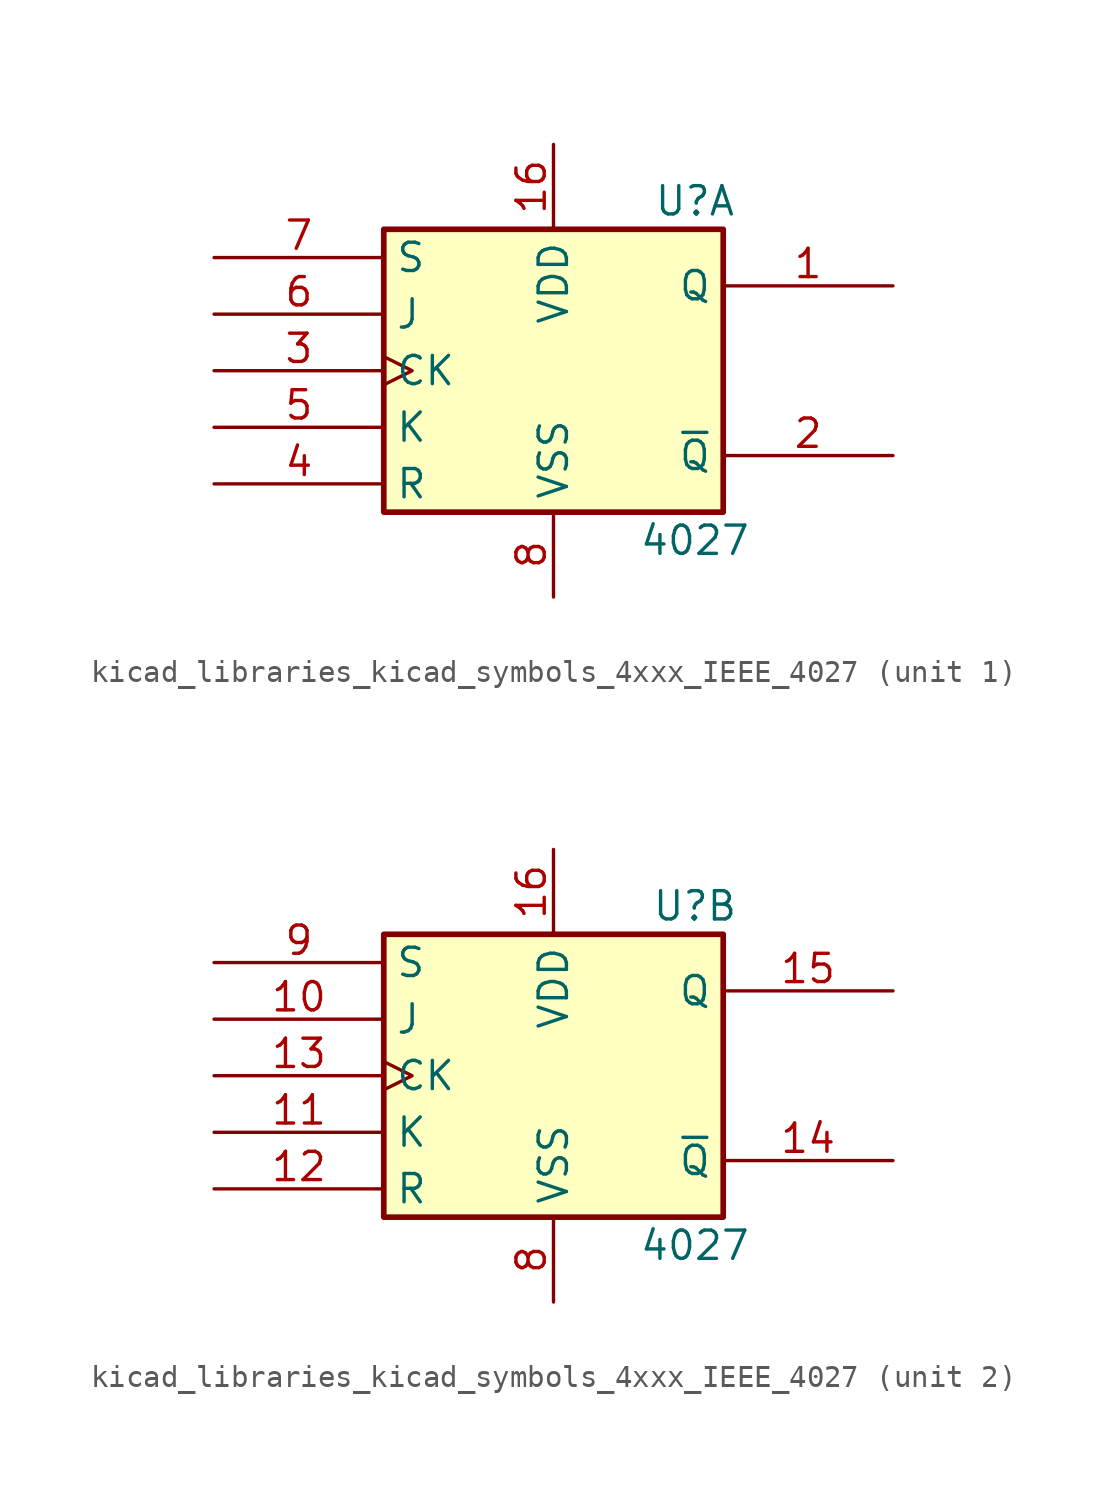
<source format=kicad_sym>
(kicad_symbol_lib
  (version 20220914)
  (generator kicad_symbol_editor)
  (symbol "kicad_libraries_kicad_symbols_4xxx_IEEE_4027"
    (property "Reference" "U"
      (at 6.35 7.62 0)
      (effects (font (size 1.27 1.27))))
    (property "Value" "4027"
      (at 6.35 -7.62 0)
      (effects (font (size 1.27 1.27))))
    (symbol "kicad_libraries_kicad_symbols_4xxx_IEEE_4027_0_0"
      (pin power_in line (at 0 10.16 270) (length 3.81) (name "VDD" (effects (font (size 1.27 1.27)))) (number "16" (effects (font (size 1.27 1.27)))))
      (pin power_in line (at 0 -10.16 90) (length 3.81) (name "VSS" (effects (font (size 1.27 1.27)))) (number "8" (effects (font (size 1.27 1.27))))))
    (symbol "kicad_libraries_kicad_symbols_4xxx_IEEE_4027_0_1"
      (rectangle (start -7.62 6.35) (end 7.62 -6.35) (stroke (width 0.254) (type default)) (fill (type background))))
    (symbol "kicad_libraries_kicad_symbols_4xxx_IEEE_4027_1_1"
      (pin output line (at 15.24 3.81 180) (length 7.62) (name "Q" (effects (font (size 1.27 1.27)))) (number "1" (effects (font (size 1.27 1.27)))))
      (pin output line (at 15.24 -3.81 180) (length 7.62) (name "~{Q}" (effects (font (size 1.27 1.27)))) (number "2" (effects (font (size 1.27 1.27)))))
      (pin input clock (at -15.24 0 0) (length 7.62) (name "CK" (effects (font (size 1.27 1.27)))) (number "3" (effects (font (size 1.27 1.27)))))
      (pin input line (at -15.24 -5.08 0) (length 7.62) (name "R" (effects (font (size 1.27 1.27)))) (number "4" (effects (font (size 1.27 1.27)))))
      (pin input line (at -15.24 -2.54 0) (length 7.62) (name "K" (effects (font (size 1.27 1.27)))) (number "5" (effects (font (size 1.27 1.27)))))
      (pin input line (at -15.24 2.54 0) (length 7.62) (name "J" (effects (font (size 1.27 1.27)))) (number "6" (effects (font (size 1.27 1.27)))))
      (pin input line (at -15.24 5.08 0) (length 7.62) (name "S" (effects (font (size 1.27 1.27)))) (number "7" (effects (font (size 1.27 1.27))))))
    (symbol "kicad_libraries_kicad_symbols_4xxx_IEEE_4027_2_1"
      (pin input line (at -15.24 2.54 0) (length 7.62) (name "J" (effects (font (size 1.27 1.27)))) (number "10" (effects (font (size 1.27 1.27)))))
      (pin input line (at -15.24 -2.54 0) (length 7.62) (name "K" (effects (font (size 1.27 1.27)))) (number "11" (effects (font (size 1.27 1.27)))))
      (pin input line (at -15.24 -5.08 0) (length 7.62) (name "R" (effects (font (size 1.27 1.27)))) (number "12" (effects (font (size 1.27 1.27)))))
      (pin input clock (at -15.24 0 0) (length 7.62) (name "CK" (effects (font (size 1.27 1.27)))) (number "13" (effects (font (size 1.27 1.27)))))
      (pin output line (at 15.24 -3.81 180) (length 7.62) (name "~{Q}" (effects (font (size 1.27 1.27)))) (number "14" (effects (font (size 1.27 1.27)))))
      (pin output line (at 15.24 3.81 180) (length 7.62) (name "Q" (effects (font (size 1.27 1.27)))) (number "15" (effects (font (size 1.27 1.27)))))
      (pin input line (at -15.24 5.08 0) (length 7.62) (name "S" (effects (font (size 1.27 1.27)))) (number "9" (effects (font (size 1.27 1.27))))))))
</source>
